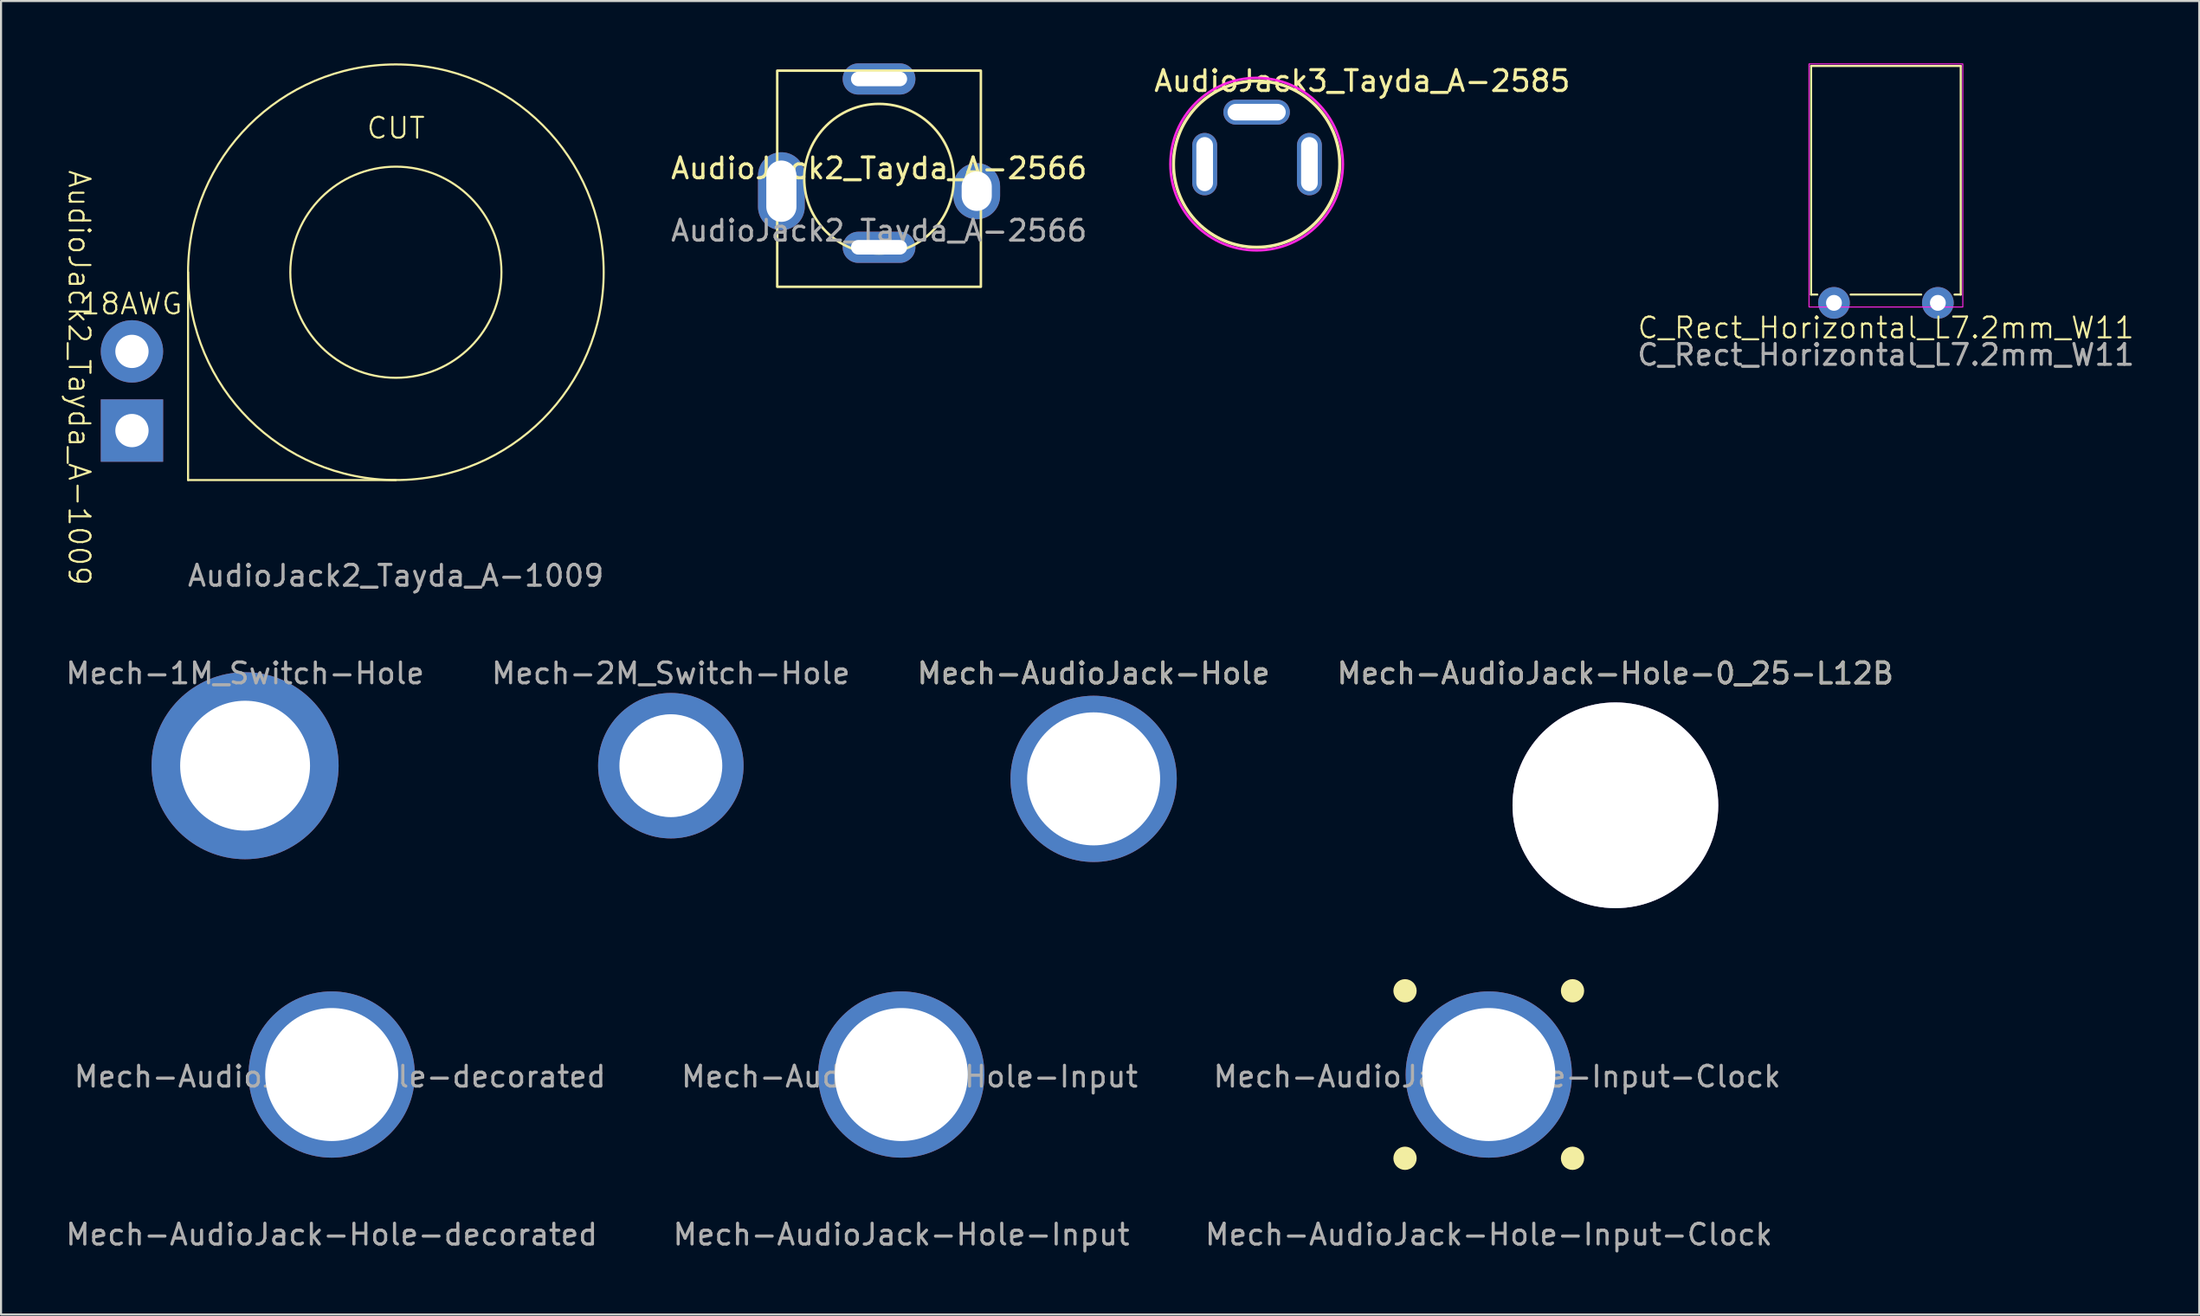
<source format=kicad_pcb>
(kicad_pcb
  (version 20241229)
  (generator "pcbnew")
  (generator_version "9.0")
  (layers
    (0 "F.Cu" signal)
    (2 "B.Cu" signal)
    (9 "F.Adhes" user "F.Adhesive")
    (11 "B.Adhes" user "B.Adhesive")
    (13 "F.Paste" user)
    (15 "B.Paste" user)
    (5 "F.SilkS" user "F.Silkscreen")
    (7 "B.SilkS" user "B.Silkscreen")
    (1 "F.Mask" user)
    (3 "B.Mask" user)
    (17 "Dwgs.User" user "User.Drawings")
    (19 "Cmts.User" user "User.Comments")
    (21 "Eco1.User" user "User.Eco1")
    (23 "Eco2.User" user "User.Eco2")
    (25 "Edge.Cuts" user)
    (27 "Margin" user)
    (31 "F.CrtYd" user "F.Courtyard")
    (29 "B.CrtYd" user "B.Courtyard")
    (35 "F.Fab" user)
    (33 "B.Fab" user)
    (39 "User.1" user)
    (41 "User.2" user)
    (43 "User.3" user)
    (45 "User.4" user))
  (footprint "AudioJack2_Tayda_A-2566"
    (layer "F.Cu")
    (at 39.251 5.55)
    (property "Reference" "AudioJack2_Tayda_A-2566" (at 0 -0.5 0) (unlocked yes) (layer "F.SilkS") (effects (font (size 1 1) (thickness 0.15))))
    (attr through_hole)
    (fp_rect (start 4.9 -5.2) (end -4.9 5.2) (stroke (width 0.12) (type solid)) (fill no) (layer "F.SilkS"))
    (fp_circle (center 0 0) (end 3.6 0) (stroke (width 0.12) (type solid)) (fill no) (layer "F.SilkS"))
    (fp_text user "${REFERENCE}" (at 0 2.5 0) (unlocked yes) (layer "F.Fab") (effects (font (size 1 1) (thickness 0.15))))
    (pad "S" thru_hole oval (at -4.7 0.6) (size 2.25 3.75) (drill oval 1.45 2.95) (layers "*.Cu" "*.Mask"))
    (pad "S" thru_hole oval (at 4.7 0.6) (size 2.25 2.7) (drill oval 1.45 1.9) (layers "*.Cu" "*.Mask"))
    (pad "T" thru_hole oval (at 0 -4.8) (size 3.5 1.5) (drill oval 2.7 0.7) (layers "*.Cu" "*.Mask"))
    (pad "TN" thru_hole oval (at 0 3.3) (size 3.5 1.5) (drill oval 2.7 0.7) (layers "*.Cu" "*.Mask")))
  (footprint "Mech-AudioJack-Hole-Input"
    (layer "F.Cu")
    (at 40.323 48.659)
    (property "Reference" "Mech-AudioJack-Hole-Input" (at 0.4 0.1 0) (unlocked yes) (layer "F.Fab") (effects (font (size 1 1) (thickness 0.15))))
    (attr through_hole)
    (fp_circle (center 0 0) (end 4.4 0) (stroke (width 0.7) (type default)) (fill no) (layer "User.1"))
    (fp_line (start -2.92 -2.92) (end -4.9 -4.9) (stroke (width 0.1) (type default)) (layer "User.2"))
    (fp_line (start -2.92 2.92) (end -4.9 4.9) (stroke (width 0.1) (type default)) (layer "User.2"))
    (fp_line (start 2.92 -2.92) (end 4.9 -4.9) (stroke (width 0.1) (type default)) (layer "User.2"))
    (fp_line (start 2.92 2.92) (end 4.9 4.9) (stroke (width 0.1) (type default)) (layer "User.2"))
    (fp_line (start -3.62 -3.62) (end -4.77 -3.92) (stroke (width 0.4) (type default)) (layer "User.3"))
    (fp_line (start -3.62 -3.62) (end -3.92 -4.77) (stroke (width 0.4) (type default)) (layer "User.3"))
    (fp_line (start -3.62 3.62) (end -4.77 3.92) (stroke (width 0.4) (type default)) (layer "User.3"))
    (fp_line (start -3.62 3.62) (end -3.92 4.77) (stroke (width 0.4) (type default)) (layer "User.3"))
    (fp_line (start 3.62 -3.62) (end 3.92 -4.77) (stroke (width 0.4) (type default)) (layer "User.3"))
    (fp_line (start 3.62 -3.62) (end 4.77 -3.92) (stroke (width 0.4) (type default)) (layer "User.3"))
    (fp_line (start 3.62 3.62) (end 3.92 4.77) (stroke (width 0.4) (type default)) (layer "User.3"))
    (fp_line (start 3.62 3.62) (end 4.77 3.92) (stroke (width 0.4) (type default)) (layer "User.3"))
    (fp_arc (start -4.74 -3.2) (mid -4.04 -4.04) (end -3.2 -4.74) (stroke (width 0.5) (type default)) (layer "User.4"))
    (fp_arc (start -3.2 4.74) (mid -4.04 4.04) (end -4.74 3.2) (stroke (width 0.5) (type default)) (layer "User.4"))
    (fp_arc (start 3.2 -4.74) (mid 4.04 -4.04) (end 4.74 -3.2) (stroke (width 0.5) (type default)) (layer "User.4"))
    (fp_arc (start 4.74 3.2) (mid 4.04 4.04) (end 3.2 4.74) (stroke (width 0.5) (type default)) (layer "User.4"))
    (fp_line (start -4.1 -3.1) (end -4.6 -3.6) (stroke (width 0.4) (type default)) (layer "User.5"))
    (fp_line (start -4.1 3.1) (end -4.6 3.6) (stroke (width 0.4) (type default)) (layer "User.5"))
    (fp_line (start -3.1 -4.1) (end -3.6 -4.6) (stroke (width 0.4) (type default)) (layer "User.5"))
    (fp_line (start -3.1 4.1) (end -3.6 4.6) (stroke (width 0.4) (type default)) (layer "User.5"))
    (fp_line (start 3.1 -4.1) (end 3.6 -4.6) (stroke (width 0.4) (type default)) (layer "User.5"))
    (fp_line (start 3.1 4.1) (end 3.6 4.6) (stroke (width 0.4) (type default)) (layer "User.5"))
    (fp_line (start 4.1 -3.1) (end 4.6 -3.6) (stroke (width 0.4) (type default)) (layer "User.5"))
    (fp_line (start 4.1 3.1) (end 4.6 3.6) (stroke (width 0.4) (type default)) (layer "User.5"))
    (fp_arc (start -4.599999 -3.600001) (mid -4.599999 -4.599999) (end -3.600001 -4.599999) (stroke (width 0.4) (type default)) (layer "User.5"))
    (fp_arc (start -3.600001 4.599999) (mid -4.599999 4.599999) (end -4.599999 3.600001) (stroke (width 0.4) (type default)) (layer "User.5"))
    (fp_arc (start 3.600001 -4.599999) (mid 4.599999 -4.599999) (end 4.599999 -3.600001) (stroke (width 0.4) (type default)) (layer "User.5"))
    (fp_arc (start 4.599999 3.600001) (mid 4.599999 4.599999) (end 3.600001 4.599999) (stroke (width 0.4) (type default)) (layer "User.5"))
    (fp_circle (center -4.03 -4.03) (end -4.31 -4.03) (stroke (width 0.56) (type default)) (fill no) (layer "User.6"))
    (fp_circle (center -4.03 4.03) (end -4.31 4.03) (stroke (width 0.56) (type default)) (fill no) (layer "User.6"))
    (fp_circle (center 4.03 -4.03) (end 4.31 -4.03) (stroke (width 0.56) (type default)) (fill no) (layer "User.6"))
    (fp_circle (center 4.03 4.03) (end 4.31 4.03) (stroke (width 0.56) (type default)) (fill no) (layer "User.6"))
    (fp_text user "${REFERENCE}" (at 0 7.7 0) (unlocked yes) (layer "F.Fab") (effects (font (size 1 1) (thickness 0.15))))
    (pad "1" thru_hole circle (at 0 0 90) (size 8 8) (drill 6.4) (layers "*.Cu" "*.Mask")))
  (footprint "Mech-AudioJack-Hole-decorated"
    (layer "F.Cu")
    (at 12.911 48.659)
    (property "Reference" "Mech-AudioJack-Hole-decorated" (at 0.4 0.1 0) (unlocked yes) (layer "F.Fab") (effects (font (size 1 1) (thickness 0.15))))
    (attr through_hole)
    (fp_circle (center 0 0) (end 4.4 0) (stroke (width 0.7) (type default)) (fill no) (layer "User.1"))
    (fp_line (start -2.92 -2.92) (end -4.9 -4.9) (stroke (width 0.1) (type default)) (layer "User.2"))
    (fp_line (start -2.92 2.92) (end -4.9 4.9) (stroke (width 0.1) (type default)) (layer "User.2"))
    (fp_line (start 2.92 -2.92) (end 4.9 -4.9) (stroke (width 0.1) (type default)) (layer "User.2"))
    (fp_line (start 2.92 2.92) (end 4.9 4.9) (stroke (width 0.1) (type default)) (layer "User.2"))
    (fp_line (start -3.62 -3.62) (end -4.77 -3.92) (stroke (width 0.4) (type default)) (layer "User.3"))
    (fp_line (start -3.62 -3.62) (end -3.92 -4.77) (stroke (width 0.4) (type default)) (layer "User.3"))
    (fp_line (start -3.62 3.62) (end -4.77 3.92) (stroke (width 0.4) (type default)) (layer "User.3"))
    (fp_line (start -3.62 3.62) (end -3.92 4.77) (stroke (width 0.4) (type default)) (layer "User.3"))
    (fp_line (start 3.62 -3.62) (end 3.92 -4.77) (stroke (width 0.4) (type default)) (layer "User.3"))
    (fp_line (start 3.62 -3.62) (end 4.77 -3.92) (stroke (width 0.4) (type default)) (layer "User.3"))
    (fp_line (start 3.62 3.62) (end 3.92 4.77) (stroke (width 0.4) (type default)) (layer "User.3"))
    (fp_line (start 3.62 3.62) (end 4.77 3.92) (stroke (width 0.4) (type default)) (layer "User.3"))
    (fp_arc (start -4.74 -3.2) (mid -4.04 -4.04) (end -3.2 -4.74) (stroke (width 0.5) (type default)) (layer "User.4"))
    (fp_arc (start -3.2 4.74) (mid -4.04 4.04) (end -4.74 3.2) (stroke (width 0.5) (type default)) (layer "User.4"))
    (fp_arc (start 3.2 -4.74) (mid 4.04 -4.04) (end 4.74 -3.2) (stroke (width 0.5) (type default)) (layer "User.4"))
    (fp_arc (start 4.74 3.2) (mid 4.04 4.04) (end 3.2 4.74) (stroke (width 0.5) (type default)) (layer "User.4"))
    (fp_line (start -4.1 -3.1) (end -4.6 -3.6) (stroke (width 0.4) (type default)) (layer "User.5"))
    (fp_line (start -4.1 3.1) (end -4.6 3.6) (stroke (width 0.4) (type default)) (layer "User.5"))
    (fp_line (start -3.1 -4.1) (end -3.6 -4.6) (stroke (width 0.4) (type default)) (layer "User.5"))
    (fp_line (start -3.1 4.1) (end -3.6 4.6) (stroke (width 0.4) (type default)) (layer "User.5"))
    (fp_line (start 3.1 -4.1) (end 3.6 -4.6) (stroke (width 0.4) (type default)) (layer "User.5"))
    (fp_line (start 3.1 4.1) (end 3.6 4.6) (stroke (width 0.4) (type default)) (layer "User.5"))
    (fp_line (start 4.1 -3.1) (end 4.6 -3.6) (stroke (width 0.4) (type default)) (layer "User.5"))
    (fp_line (start 4.1 3.1) (end 4.6 3.6) (stroke (width 0.4) (type default)) (layer "User.5"))
    (fp_arc (start -4.599999 -3.600001) (mid -4.599999 -4.599999) (end -3.600001 -4.599999) (stroke (width 0.4) (type default)) (layer "User.5"))
    (fp_arc (start -3.600001 4.599999) (mid -4.599999 4.599999) (end -4.599999 3.600001) (stroke (width 0.4) (type default)) (layer "User.5"))
    (fp_arc (start 3.600001 -4.599999) (mid 4.599999 -4.599999) (end 4.599999 -3.600001) (stroke (width 0.4) (type default)) (layer "User.5"))
    (fp_arc (start 4.599999 3.600001) (mid 4.599999 4.599999) (end 3.600001 4.599999) (stroke (width 0.4) (type default)) (layer "User.5"))
    (fp_circle (center -4.03 -4.03) (end -4.31 -4.03) (stroke (width 0.56) (type default)) (fill no) (layer "User.6"))
    (fp_circle (center -4.03 4.03) (end -4.31 4.03) (stroke (width 0.56) (type default)) (fill no) (layer "User.6"))
    (fp_circle (center 4.03 -4.03) (end 4.31 -4.03) (stroke (width 0.56) (type default)) (fill no) (layer "User.6"))
    (fp_circle (center 4.03 4.03) (end 4.31 4.03) (stroke (width 0.56) (type default)) (fill no) (layer "User.6"))
    (fp_text user "${REFERENCE}" (at 0 7.7 0) (unlocked yes) (layer "F.Fab") (effects (font (size 1 1) (thickness 0.15))))
    (pad "1" thru_hole circle (at 0 0 90) (size 8 8) (drill 6.4) (layers "*.Cu" "*.Mask")))
  (footprint "Mech-AudioJack-Hole"
    (layer "F.Cu")
    (at 49.577 34.431)
    (property "Reference" "Mech-AudioJack-Hole" (at 0 -5.08 0) (unlocked yes) (layer "F.SilkS") (effects (font (size 1 1) (thickness 0.15))))
    (attr through_hole)
    (fp_text user "${REFERENCE}" (at 0 -5.08 0) (unlocked yes) (layer "F.Fab") (effects (font (size 1 1) (thickness 0.15))))
    (pad "1" thru_hole circle (at 0 0) (size 8 8) (drill 6.4) (layers "*.Cu" "*.Mask")))
  (footprint "C_Rect_Horizontal_L7.2mm_W11"
    (layer "F.Cu")
    (at 87.703 11.525)
    (property "Reference" "C_Rect_Horizontal_L7.2mm_W11" (at 0 1.2 0) (unlocked yes) (layer "F.SilkS") (effects (font (size 1 1) (thickness 0.1))))
    (attr through_hole)
    (fp_line (start -3.6 -11.4) (end 3.6 -11.4) (stroke (width 0.1) (type default)) (layer "F.SilkS"))
    (fp_line (start -3.6 -0.4) (end -3.6 -11.4) (stroke (width 0.1) (type default)) (layer "F.SilkS"))
    (fp_line (start -3.3 -0.4) (end -3.6 -0.4) (stroke (width 0.1) (type default)) (layer "F.SilkS"))
    (fp_line (start 1.7 -0.4) (end -1.7 -0.4) (stroke (width 0.1) (type default)) (layer "F.SilkS"))
    (fp_line (start 3.6 -11.4) (end 3.6 -0.4) (stroke (width 0.1) (type default)) (layer "F.SilkS"))
    (fp_line (start 3.6 -0.4) (end 3.3 -0.4) (stroke (width 0.1) (type default)) (layer "F.SilkS"))
    (fp_rect (start -3.7 -11.5) (end 3.7 0.2) (stroke (width 0.05) (type default)) (fill no) (layer "F.CrtYd"))
    (fp_text user "${REFERENCE}" (at 0 2.5 0) (unlocked yes) (layer "F.Fab") (effects (font (size 1 1) (thickness 0.15))))
    (pad "1" thru_hole circle (at -2.5 0) (size 1.524 1.524) (drill 0.762) (layers "*.Cu" "*.Mask"))
    (pad "2" thru_hole circle (at 2.5 0) (size 1.524 1.524) (drill 0.762) (layers "*.Cu" "*.Mask")))
  (footprint "Mech-2M_Switch-Hole"
    (layer "F.Cu")
    (at 29.232 33.797)
    (property "Reference" "Mech-2M_Switch-Hole" (at 0 -4.445 0) (unlocked yes) (layer "F.Fab") (effects (font (size 1 1) (thickness 0.15))))
    (attr through_hole)
    (pad "1" thru_hole circle (at 0 0) (size 7 7) (drill 4.95) (layers "*.Cu" "*.Mask")))
  (footprint "Mech-AudioJack-Hole-Input-Clock"
    (layer "F.Cu")
    (at 68.592 48.659)
    (property "Reference" "Mech-AudioJack-Hole-Input-Clock" (at 0.4 0.1 0) (unlocked yes) (layer "F.Fab") (effects (font (size 1 1) (thickness 0.15))))
    (attr through_hole)
    (fp_circle (center -4.03 -4.03) (end -4.31 -4.03) (stroke (width 0.56) (type default)) (fill no) (layer "F.SilkS"))
    (fp_circle (center -4.03 4.03) (end -4.31 4.03) (stroke (width 0.56) (type default)) (fill no) (layer "F.SilkS"))
    (fp_circle (center 4.03 -4.03) (end 4.31 -4.03) (stroke (width 0.56) (type default)) (fill no) (layer "F.SilkS"))
    (fp_circle (center 4.03 4.03) (end 4.31 4.03) (stroke (width 0.56) (type default)) (fill no) (layer "F.SilkS"))
    (fp_circle (center 0 0) (end 4.4 0) (stroke (width 0.7) (type default)) (fill no) (layer "User.1"))
    (fp_line (start -2.92 -2.92) (end -4.9 -4.9) (stroke (width 0.1) (type default)) (layer "User.2"))
    (fp_line (start -2.92 2.92) (end -4.9 4.9) (stroke (width 0.1) (type default)) (layer "User.2"))
    (fp_line (start 2.92 -2.92) (end 4.9 -4.9) (stroke (width 0.1) (type default)) (layer "User.2"))
    (fp_line (start 2.92 2.92) (end 4.9 4.9) (stroke (width 0.1) (type default)) (layer "User.2"))
    (fp_line (start -3.62 -3.62) (end -4.77 -3.92) (stroke (width 0.4) (type default)) (layer "User.3"))
    (fp_line (start -3.62 -3.62) (end -3.92 -4.77) (stroke (width 0.4) (type default)) (layer "User.3"))
    (fp_line (start -3.62 3.62) (end -4.77 3.92) (stroke (width 0.4) (type default)) (layer "User.3"))
    (fp_line (start -3.62 3.62) (end -3.92 4.77) (stroke (width 0.4) (type default)) (layer "User.3"))
    (fp_line (start 3.62 -3.62) (end 3.92 -4.77) (stroke (width 0.4) (type default)) (layer "User.3"))
    (fp_line (start 3.62 -3.62) (end 4.77 -3.92) (stroke (width 0.4) (type default)) (layer "User.3"))
    (fp_line (start 3.62 3.62) (end 3.92 4.77) (stroke (width 0.4) (type default)) (layer "User.3"))
    (fp_line (start 3.62 3.62) (end 4.77 3.92) (stroke (width 0.4) (type default)) (layer "User.3"))
    (fp_arc (start -4.74 -3.2) (mid -4.04 -4.04) (end -3.2 -4.74) (stroke (width 0.5) (type default)) (layer "User.4"))
    (fp_arc (start -3.2 4.74) (mid -4.04 4.04) (end -4.74 3.2) (stroke (width 0.5) (type default)) (layer "User.4"))
    (fp_arc (start 3.2 -4.74) (mid 4.04 -4.04) (end 4.74 -3.2) (stroke (width 0.5) (type default)) (layer "User.4"))
    (fp_arc (start 4.74 3.2) (mid 4.04 4.04) (end 3.2 4.74) (stroke (width 0.5) (type default)) (layer "User.4"))
    (fp_line (start -4.1 -3.1) (end -4.6 -3.6) (stroke (width 0.4) (type default)) (layer "User.5"))
    (fp_line (start -4.1 3.1) (end -4.6 3.6) (stroke (width 0.4) (type default)) (layer "User.5"))
    (fp_line (start -3.1 -4.1) (end -3.6 -4.6) (stroke (width 0.4) (type default)) (layer "User.5"))
    (fp_line (start -3.1 4.1) (end -3.6 4.6) (stroke (width 0.4) (type default)) (layer "User.5"))
    (fp_line (start 3.1 -4.1) (end 3.6 -4.6) (stroke (width 0.4) (type default)) (layer "User.5"))
    (fp_line (start 3.1 4.1) (end 3.6 4.6) (stroke (width 0.4) (type default)) (layer "User.5"))
    (fp_line (start 4.1 -3.1) (end 4.6 -3.6) (stroke (width 0.4) (type default)) (layer "User.5"))
    (fp_line (start 4.1 3.1) (end 4.6 3.6) (stroke (width 0.4) (type default)) (layer "User.5"))
    (fp_arc (start -4.599999 -3.600001) (mid -4.599999 -4.599999) (end -3.600001 -4.599999) (stroke (width 0.4) (type default)) (layer "User.5"))
    (fp_arc (start -3.600001 4.599999) (mid -4.599999 4.599999) (end -4.599999 3.600001) (stroke (width 0.4) (type default)) (layer "User.5"))
    (fp_arc (start 3.600001 -4.599999) (mid 4.599999 -4.599999) (end 4.599999 -3.600001) (stroke (width 0.4) (type default)) (layer "User.5"))
    (fp_arc (start 4.599999 3.600001) (mid 4.599999 4.599999) (end 3.600001 4.599999) (stroke (width 0.4) (type default)) (layer "User.5"))
    (fp_text user "${REFERENCE}" (at 0 7.7 0) (unlocked yes) (layer "F.Fab") (effects (font (size 1 1) (thickness 0.15))))
    (pad "1" thru_hole circle (at 0 0 90) (size 8 8) (drill 6.4) (layers "*.Cu" "*.Mask")))
  (footprint "Mech-AudioJack-Hole-0_25-L12B"
    (layer "F.Cu")
    (at 74.685 35.702)
    (property "Reference" "Mech-AudioJack-Hole-0_25-L12B" (at 0 -6.35 0) (unlocked yes) (layer "F.SilkS") (effects (font (size 1 1) (thickness 0.15))))
    (attr through_hole)
    (fp_text user "${REFERENCE}" (at 0 -6.35 0) (unlocked yes) (layer "F.Fab") (effects (font (size 1 1) (thickness 0.15))))
    (pad "1" thru_hole circle (at 0 0) (size 9.9 9.9) (drill 9.9) (layers "*.Cu" "*.Mask")))
  (footprint "Mech-1M_Switch-Hole"
    (layer "F.Cu")
    (at 8.744 33.797)
    (property "Reference" "Mech-1M_Switch-Hole" (at 0 -4.445 0) (unlocked yes) (layer "F.Fab") (effects (font (size 1 1) (thickness 0.15))))
    (attr through_hole)
    (pad "1" thru_hole circle (at 0 0) (size 9 9) (drill 6.25) (layers "*.Cu" "*.Mask")))
  (footprint "AudioJack2_Tayda_A-1009"
    (layer "F.Cu")
    (at 16 10.05)
    (property "Reference" "AudioJack2_Tayda_A-1009" (at -15.24 5.08 270) (unlocked yes) (layer "F.SilkS") (effects (font (size 1 1) (thickness 0.1))))
    (attr through_hole)
    (fp_line (start -10 0) (end -10 10) (stroke (width 0.1) (type default)) (layer "F.SilkS"))
    (fp_line (start -10 10) (end 0 10) (stroke (width 0.1) (type default)) (layer "F.SilkS"))
    (fp_circle (center 0 0) (end 5.08 0) (stroke (width 0.1) (type default)) (fill no) (layer "F.SilkS"))
    (fp_circle (center 0 0) (end 10 0) (stroke (width 0.1) (type default)) (fill no) (layer "F.SilkS"))
    (fp_text user "CUT" (at 0 -6.35 0) (unlocked yes) (layer "F.SilkS") (effects (font (size 1 1) (thickness 0.1)) (justify bottom)))
    (fp_text user "18AWG" (at -15.24 1.524 0) (unlocked yes) (layer "F.SilkS") (effects (font (size 1 1) (thickness 0.1)) (justify left)))
    (fp_text user "${REFERENCE}" (at 0 14.605 0) (unlocked yes) (layer "F.Fab") (effects (font (size 1 1) (thickness 0.15))))
    (pad "S" thru_hole circle (at -12.7 3.81) (size 3 3) (drill 1.6) (layers "*.Cu" "*.Mask"))
    (pad "T" thru_hole rect (at -12.7 7.62) (size 3 3) (drill 1.6) (layers "*.Cu" "*.Mask")))
  (footprint "AudioJack3_Tayda_A-2585"
    (layer "F.Cu")
    (at 57.421 4.848)
    (property "Reference" "AudioJack3_Tayda_A-2585" (at 5.08 -4 0) (unlocked yes) (layer "F.SilkS") (effects (font (size 1 1) (thickness 0.15))))
    (attr through_hole)
    (fp_circle (center 0 0) (end 4 0) (stroke (width 0.15) (type solid)) (fill no) (layer "F.SilkS"))
    (fp_circle (center 0 0) (end 4.15 0) (stroke (width 0.12) (type solid)) (fill no) (layer "F.CrtYd"))
    (pad "R" thru_hole oval (at -2.5 0) (size 1.2 3) (drill oval 0.8 2.6) (layers "*.Cu" "*.Mask"))
    (pad "S" thru_hole oval (at 2.54 0) (size 1.2 3) (drill oval 0.8 2.6) (layers "*.Cu" "*.Mask"))
    (pad "T" thru_hole oval (at 0 -2.5) (size 3.2 1.2) (drill oval 2.8 0.8) (layers "*.Cu" "*.Mask")))
  (gr_rect
    (start -3 -3)
    (end 102.78 60.207)
    (stroke (width 0.1) (type default))
    (fill no)
    (layer "Edge.Cuts")))
</source>
